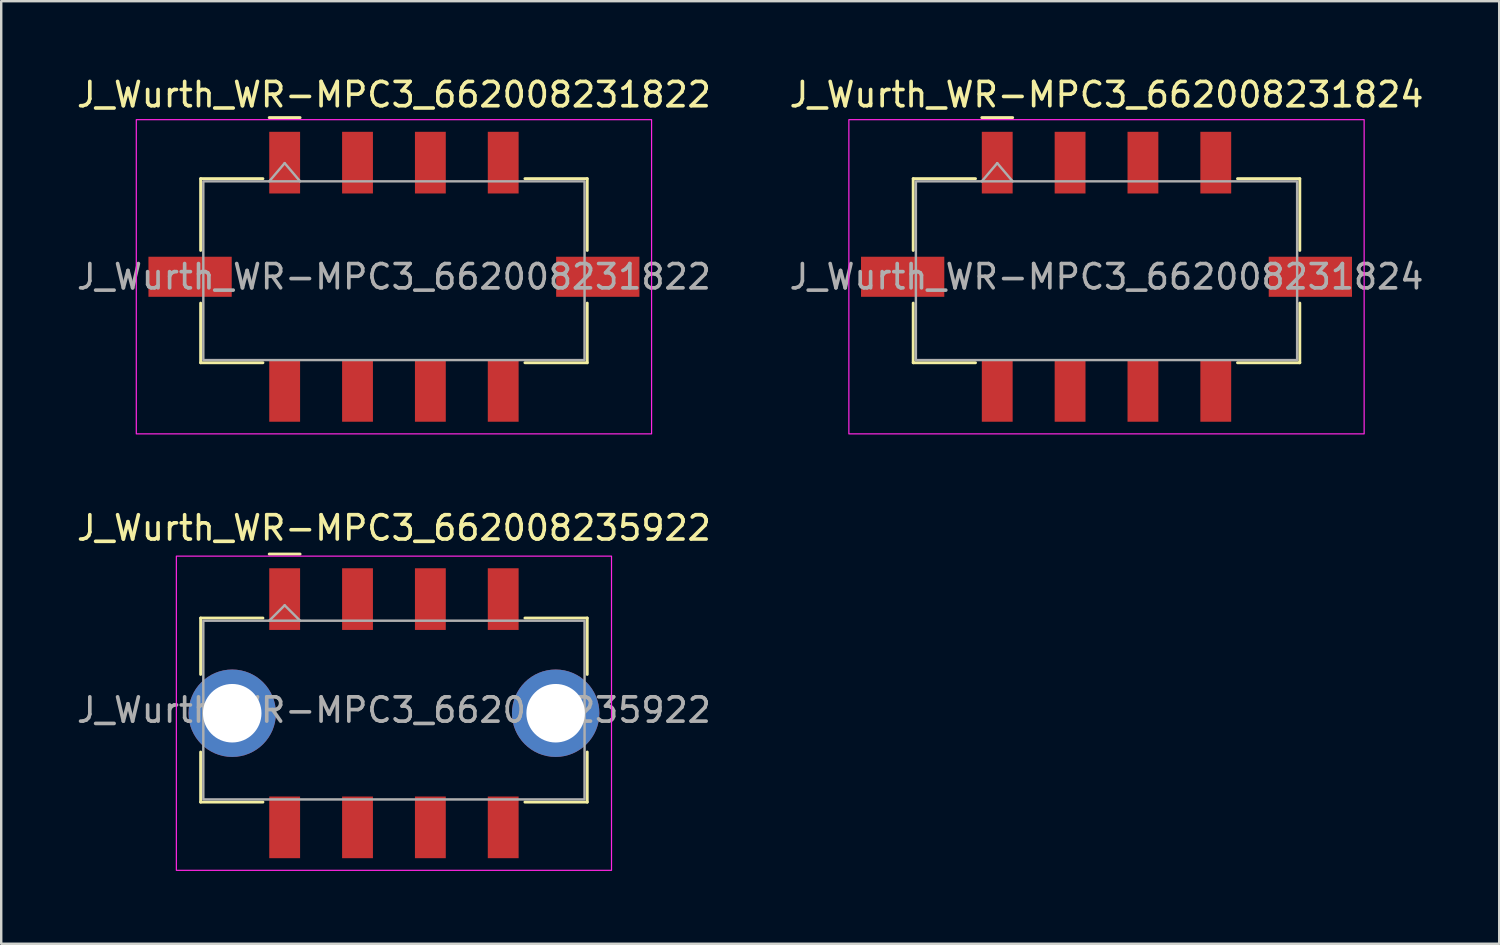
<source format=kicad_pcb>
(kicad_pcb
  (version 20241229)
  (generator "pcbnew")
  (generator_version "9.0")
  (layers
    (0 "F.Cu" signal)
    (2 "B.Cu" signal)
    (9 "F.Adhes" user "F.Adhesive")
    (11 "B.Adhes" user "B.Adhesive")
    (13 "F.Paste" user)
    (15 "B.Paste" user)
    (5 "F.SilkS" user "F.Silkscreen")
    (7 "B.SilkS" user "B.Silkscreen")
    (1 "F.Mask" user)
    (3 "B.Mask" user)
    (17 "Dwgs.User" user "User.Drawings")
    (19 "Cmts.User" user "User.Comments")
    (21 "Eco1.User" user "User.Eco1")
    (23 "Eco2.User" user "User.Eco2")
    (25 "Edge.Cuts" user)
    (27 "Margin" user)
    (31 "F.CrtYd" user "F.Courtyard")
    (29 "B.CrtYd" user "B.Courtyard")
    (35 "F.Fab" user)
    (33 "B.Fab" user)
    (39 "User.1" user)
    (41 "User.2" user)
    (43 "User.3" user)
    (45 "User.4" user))
  (footprint "J_Wurth_WR-MPC3_662008235922"
    (layer "F.Cu")
    (at 13.173 26.192)
    (property "Reference" "J_Wurth_WR-MPC3_662008235922" (at 0 -7.5 0) (unlocked yes) (layer "F.SilkS") (effects (font (size 1 1) (thickness 0.15))))
    (attr smd)
    (fp_line (start -7.96 -3.79) (end -7.96 -1.468) (stroke (width 0.12) (type default)) (layer "F.SilkS"))
    (fp_line (start -7.96 1.728) (end -7.96 3.79) (stroke (width 0.12) (type default)) (layer "F.SilkS"))
    (fp_line (start -5.395 -3.79) (end -7.96 -3.79) (stroke (width 0.12) (type solid)) (layer "F.SilkS"))
    (fp_line (start -5.395 3.79) (end -7.96 3.79) (stroke (width 0.12) (type solid)) (layer "F.SilkS"))
    (fp_line (start -5.135 -6.425) (end -3.865 -6.425) (stroke (width 0.12) (type solid)) (layer "F.SilkS"))
    (fp_line (start 7.96 -3.79) (end 5.395 -3.79) (stroke (width 0.12) (type solid)) (layer "F.SilkS"))
    (fp_line (start 7.96 -3.79) (end 7.96 -1.468) (stroke (width 0.12) (type default)) (layer "F.SilkS"))
    (fp_line (start 7.96 1.728) (end 7.96 3.79) (stroke (width 0.12) (type default)) (layer "F.SilkS"))
    (fp_line (start 7.96 3.79) (end 5.395 3.79) (stroke (width 0.12) (type solid)) (layer "F.SilkS"))
    (fp_rect (start -8.96 -6.34) (end 8.96 6.6) (stroke (width 0.05) (type solid)) (fill no) (layer "F.CrtYd"))
    (fp_line (start -4.5 -4.315) (end -5.135 -3.68) (stroke (width 0.1) (type default)) (layer "F.Fab"))
    (fp_line (start -3.865 -3.68) (end -4.5 -4.315) (stroke (width 0.1) (type default)) (layer "F.Fab"))
    (fp_rect (start -7.85 -3.68) (end 7.85 3.68) (stroke (width 0.1) (type solid)) (fill no) (layer "F.Fab"))
    (fp_text user "${REFERENCE}" (at 0 0 0) (unlocked yes) (layer "F.Fab") (effects (font (size 1 1) (thickness 0.15))))
    (pad "1" smd rect (at -4.5 -4.57 180) (size 1.27 2.54) (layers "F.Cu" "F.Mask" "F.Paste"))
    (pad "2" smd rect (at -1.5 -4.57 180) (size 1.27 2.54) (layers "F.Cu" "F.Mask" "F.Paste"))
    (pad "3" smd rect (at 1.5 -4.57 180) (size 1.27 2.54) (layers "F.Cu" "F.Mask" "F.Paste"))
    (pad "4" smd rect (at 4.5 -4.57 180) (size 1.27 2.54) (layers "F.Cu" "F.Mask" "F.Paste"))
    (pad "5" smd rect (at -4.5 4.83 180) (size 1.27 2.54) (layers "F.Cu" "F.Mask" "F.Paste"))
    (pad "6" smd rect (at -1.5 4.83 180) (size 1.27 2.54) (layers "F.Cu" "F.Mask" "F.Paste"))
    (pad "7" smd rect (at 1.5 4.83 180) (size 1.27 2.54) (layers "F.Cu" "F.Mask" "F.Paste"))
    (pad "8" smd rect (at 4.5 4.83 180) (size 1.27 2.54) (layers "F.Cu" "F.Mask" "F.Paste"))
    (pad "MH1" thru_hole circle (at 6.66 0.13 180) (size 3.6 3.6) (drill 2.41) (layers "*.Cu" "*.Mask"))
    (pad "MH2" thru_hole circle (at -6.66 0.13 180) (size 3.6 3.6) (drill 2.41) (layers "*.Cu" "*.Mask")))
  (footprint "J_Wurth_WR-MPC3_662008231822"
    (layer "F.Cu")
    (at 13.173 8.348)
    (property "Reference" "J_Wurth_WR-MPC3_662008231822" (at 0 -7.5 0) (unlocked yes) (layer "F.SilkS") (effects (font (size 1 1) (thickness 0.15))))
    (attr smd)
    (fp_line (start -7.96 -4.04) (end -5.395 -4.04) (stroke (width 0.12) (type solid)) (layer "F.SilkS"))
    (fp_line (start -7.96 -1.085) (end -7.96 -4.04) (stroke (width 0.12) (type solid)) (layer "F.SilkS"))
    (fp_line (start -7.96 3.54) (end -7.96 1.085) (stroke (width 0.12) (type solid)) (layer "F.SilkS"))
    (fp_line (start -7.96 3.54) (end -5.395 3.54) (stroke (width 0.12) (type solid)) (layer "F.SilkS"))
    (fp_line (start -5.135 -6.555) (end -3.865 -6.555) (stroke (width 0.12) (type solid)) (layer "F.SilkS"))
    (fp_line (start 5.395 -4.04) (end 7.96 -4.04) (stroke (width 0.12) (type solid)) (layer "F.SilkS"))
    (fp_line (start 5.395 3.54) (end 7.96 3.54) (stroke (width 0.12) (type solid)) (layer "F.SilkS"))
    (fp_line (start 7.96 -1.085) (end 7.96 -4.04) (stroke (width 0.12) (type solid)) (layer "F.SilkS"))
    (fp_line (start 7.96 3.54) (end 7.96 1.085) (stroke (width 0.12) (type solid)) (layer "F.SilkS"))
    (fp_rect (start -10.61 -6.47) (end 10.61 6.47) (stroke (width 0.05) (type solid)) (fill no) (layer "F.CrtYd"))
    (fp_line (start -4.5 -4.68) (end -5.135 -3.93) (stroke (width 0.1) (type solid)) (layer "F.Fab"))
    (fp_line (start -4.5 -4.68) (end -3.865 -3.93) (stroke (width 0.1) (type solid)) (layer "F.Fab"))
    (fp_rect (start -7.85 -3.93) (end 7.85 3.43) (stroke (width 0.1) (type solid)) (fill no) (layer "F.Fab"))
    (fp_text user "${REFERENCE}" (at 0 0 0) (unlocked yes) (layer "F.Fab") (effects (font (size 1 1) (thickness 0.15))))
    (pad "1" smd rect (at -4.5 -4.7 180) (size 1.27 2.54) (layers "F.Cu" "F.Mask" "F.Paste"))
    (pad "2" smd rect (at -1.5 -4.7 180) (size 1.27 2.54) (layers "F.Cu" "F.Mask" "F.Paste"))
    (pad "3" smd rect (at 1.5 -4.7 180) (size 1.27 2.54) (layers "F.Cu" "F.Mask" "F.Paste"))
    (pad "4" smd rect (at 4.5 -4.7 180) (size 1.27 2.54) (layers "F.Cu" "F.Mask" "F.Paste"))
    (pad "5" smd rect (at -4.5 4.7 180) (size 1.27 2.54) (layers "F.Cu" "F.Mask" "F.Paste"))
    (pad "6" smd rect (at -1.5 4.7 180) (size 1.27 2.54) (layers "F.Cu" "F.Mask" "F.Paste"))
    (pad "7" smd rect (at 1.5 4.7 180) (size 1.27 2.54) (layers "F.Cu" "F.Mask" "F.Paste"))
    (pad "8" smd rect (at 4.5 4.7 180) (size 1.27 2.54) (layers "F.Cu" "F.Mask" "F.Paste"))
    (pad "MP1" smd rect (at 8.395 0 180) (size 3.43 1.65) (layers "F.Cu" "F.Mask" "F.Paste"))
    (pad "MP2" smd rect (at -8.395 0 180) (size 3.43 1.65) (layers "F.Cu" "F.Mask" "F.Paste")))
  (footprint "J_Wurth_WR-MPC3_662008231824"
    (layer "F.Cu")
    (at 42.518 8.348)
    (property "Reference" "J_Wurth_WR-MPC3_662008231824" (at 0 -7.5 0) (unlocked yes) (layer "F.SilkS") (effects (font (size 1 1) (thickness 0.15))))
    (attr smd)
    (fp_line (start -7.96 -4.04) (end -5.395 -4.04) (stroke (width 0.12) (type solid)) (layer "F.SilkS"))
    (fp_line (start -7.96 -1.085) (end -7.96 -4.04) (stroke (width 0.12) (type solid)) (layer "F.SilkS"))
    (fp_line (start -7.96 3.54) (end -7.96 1.085) (stroke (width 0.12) (type solid)) (layer "F.SilkS"))
    (fp_line (start -7.96 3.54) (end -5.395 3.54) (stroke (width 0.12) (type solid)) (layer "F.SilkS"))
    (fp_line (start -5.135 -6.555) (end -3.865 -6.555) (stroke (width 0.12) (type solid)) (layer "F.SilkS"))
    (fp_line (start 5.395 -4.04) (end 7.96 -4.04) (stroke (width 0.12) (type solid)) (layer "F.SilkS"))
    (fp_line (start 5.395 3.54) (end 7.96 3.54) (stroke (width 0.12) (type solid)) (layer "F.SilkS"))
    (fp_line (start 7.96 -1.085) (end 7.96 -4.04) (stroke (width 0.12) (type solid)) (layer "F.SilkS"))
    (fp_line (start 7.96 3.54) (end 7.96 1.085) (stroke (width 0.12) (type solid)) (layer "F.SilkS"))
    (fp_rect (start -10.61 -6.47) (end 10.61 6.47) (stroke (width 0.05) (type solid)) (fill no) (layer "F.CrtYd"))
    (fp_line (start -4.5 -4.68) (end -5.135 -3.93) (stroke (width 0.1) (type solid)) (layer "F.Fab"))
    (fp_line (start -4.5 -4.68) (end -3.865 -3.93) (stroke (width 0.1) (type solid)) (layer "F.Fab"))
    (fp_rect (start -7.85 -3.93) (end 7.85 3.43) (stroke (width 0.1) (type solid)) (fill no) (layer "F.Fab"))
    (fp_text user "${REFERENCE}" (at 0 0 0) (unlocked yes) (layer "F.Fab") (effects (font (size 1 1) (thickness 0.15))))
    (pad "1" smd rect (at -4.5 -4.7 180) (size 1.27 2.54) (layers "F.Cu" "F.Mask" "F.Paste"))
    (pad "2" smd rect (at -1.5 -4.7 180) (size 1.27 2.54) (layers "F.Cu" "F.Mask" "F.Paste"))
    (pad "3" smd rect (at 1.5 -4.7 180) (size 1.27 2.54) (layers "F.Cu" "F.Mask" "F.Paste"))
    (pad "4" smd rect (at 4.5 -4.7 180) (size 1.27 2.54) (layers "F.Cu" "F.Mask" "F.Paste"))
    (pad "5" smd rect (at -4.5 4.7 180) (size 1.27 2.54) (layers "F.Cu" "F.Mask" "F.Paste"))
    (pad "6" smd rect (at -1.5 4.7 180) (size 1.27 2.54) (layers "F.Cu" "F.Mask" "F.Paste"))
    (pad "7" smd rect (at 1.5 4.7 180) (size 1.27 2.54) (layers "F.Cu" "F.Mask" "F.Paste"))
    (pad "8" smd rect (at 4.5 4.7 180) (size 1.27 2.54) (layers "F.Cu" "F.Mask" "F.Paste"))
    (pad "MP1" smd rect (at 8.395 0 180) (size 3.43 1.65) (layers "F.Cu" "F.Mask" "F.Paste"))
    (pad "MP2" smd rect (at -8.395 0 180) (size 3.43 1.65) (layers "F.Cu" "F.Mask" "F.Paste")))
  (gr_rect
    (start -3 -3)
    (end 58.69 35.816)
    (stroke (width 0.1) (type default))
    (fill no)
    (layer "Edge.Cuts")))
</source>
